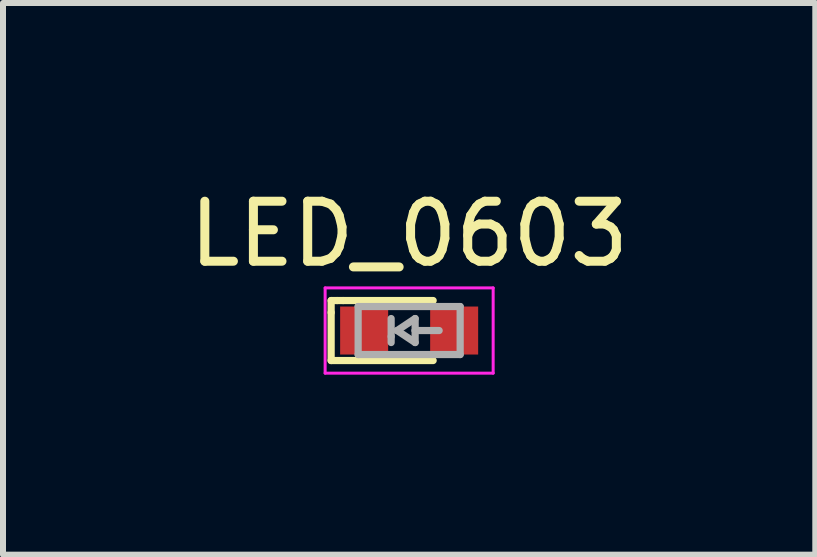
<source format=kicad_pcb>
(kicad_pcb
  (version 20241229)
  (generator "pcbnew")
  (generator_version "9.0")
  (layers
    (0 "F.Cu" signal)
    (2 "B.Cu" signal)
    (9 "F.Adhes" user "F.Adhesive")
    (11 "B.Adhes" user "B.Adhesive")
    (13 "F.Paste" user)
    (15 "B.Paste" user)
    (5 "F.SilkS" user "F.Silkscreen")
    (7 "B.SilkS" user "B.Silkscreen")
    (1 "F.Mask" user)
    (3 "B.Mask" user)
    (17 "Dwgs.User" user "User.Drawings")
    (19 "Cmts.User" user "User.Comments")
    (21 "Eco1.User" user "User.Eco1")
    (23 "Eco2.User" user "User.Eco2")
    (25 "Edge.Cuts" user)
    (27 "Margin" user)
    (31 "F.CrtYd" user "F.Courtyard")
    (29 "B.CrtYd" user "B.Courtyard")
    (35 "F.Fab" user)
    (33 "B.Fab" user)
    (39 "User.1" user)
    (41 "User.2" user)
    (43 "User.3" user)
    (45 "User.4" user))
  (footprint "LED_0603"
    (layer "F.Cu")
    (at 3.768 2.458)
    (property "Reference" "LED_0603" (at 0 -1.61 0) (layer "F.SilkS") (effects (font (size 1 1) (thickness 0.15))))
    (attr smd)
    (fp_line (start -1.3 -0.5) (end -1.3 -0.3) (stroke (width 0.12) (type solid)) (layer "F.SilkS"))
    (fp_line (start -1.3 -0.3) (end -1.3 0.5) (stroke (width 0.12) (type solid)) (layer "F.SilkS"))
    (fp_line (start -1.3 0.5) (end 0.4 0.5) (stroke (width 0.12) (type solid)) (layer "F.SilkS"))
    (fp_line (start -1.2 -0.5) (end -1.3 -0.5) (stroke (width 0.12) (type solid)) (layer "F.SilkS"))
    (fp_line (start -1.1 -0.5) (end -1.2 -0.5) (stroke (width 0.12) (type solid)) (layer "F.SilkS"))
    (fp_line (start -1.1 -0.5) (end 0.4 -0.5) (stroke (width 0.12) (type solid)) (layer "F.SilkS"))
    (fp_line (start -1.4 -0.71) (end 1.4 -0.71) (stroke (width 0.05) (type solid)) (layer "F.CrtYd"))
    (fp_line (start -1.4 0.71) (end -1.4 -0.71) (stroke (width 0.05) (type solid)) (layer "F.CrtYd"))
    (fp_line (start -1.4 0.71) (end 1.4 0.71) (stroke (width 0.05) (type solid)) (layer "F.CrtYd"))
    (fp_line (start 1.4 0.71) (end 1.4 -0.71) (stroke (width 0.05) (type solid)) (layer "F.CrtYd"))
    (fp_line (start -0.85 -0.4) (end 0.85 -0.4) (stroke (width 0.12) (type solid)) (layer "F.Fab"))
    (fp_line (start -0.85 0.4) (end -0.85 -0.4) (stroke (width 0.12) (type solid)) (layer "F.Fab"))
    (fp_line (start -0.85 0.4) (end 0.85 0.4) (stroke (width 0.12) (type solid)) (layer "F.Fab"))
    (fp_line (start -0.3 -0.2) (end -0.3 0.1) (stroke (width 0.12) (type solid)) (layer "F.Fab"))
    (fp_line (start -0.3 0.2) (end -0.3 0.1) (stroke (width 0.12) (type solid)) (layer "F.Fab"))
    (fp_line (start -0.2 0) (end 0.1 0.2) (stroke (width 0.12) (type solid)) (layer "F.Fab"))
    (fp_line (start 0.1 -0.2) (end -0.2 0) (stroke (width 0.12) (type solid)) (layer "F.Fab"))
    (fp_line (start 0.1 0) (end 0.1 -0.2) (stroke (width 0.12) (type solid)) (layer "F.Fab"))
    (fp_line (start 0.1 0.2) (end 0.1 0) (stroke (width 0.12) (type solid)) (layer "F.Fab"))
    (fp_line (start 0.5 0) (end 0.1 0) (stroke (width 0.12) (type solid)) (layer "F.Fab"))
    (fp_line (start 0.85 0.4) (end 0.85 -0.4) (stroke (width 0.12) (type solid)) (layer "F.Fab"))
    (pad "1" smd rect (at -0.75 0) (size 0.8 0.8) (layers "F.Cu" "F.Mask" "F.Paste"))
    (pad "2" smd rect (at 0.75 0) (size 0.8 0.8) (layers "F.Cu" "F.Mask" "F.Paste")))
  (gr_rect
    (start -3 -3)
    (end 10.536 6.193)
    (stroke (width 0.1) (type default))
    (fill no)
    (layer "Edge.Cuts")))
</source>
